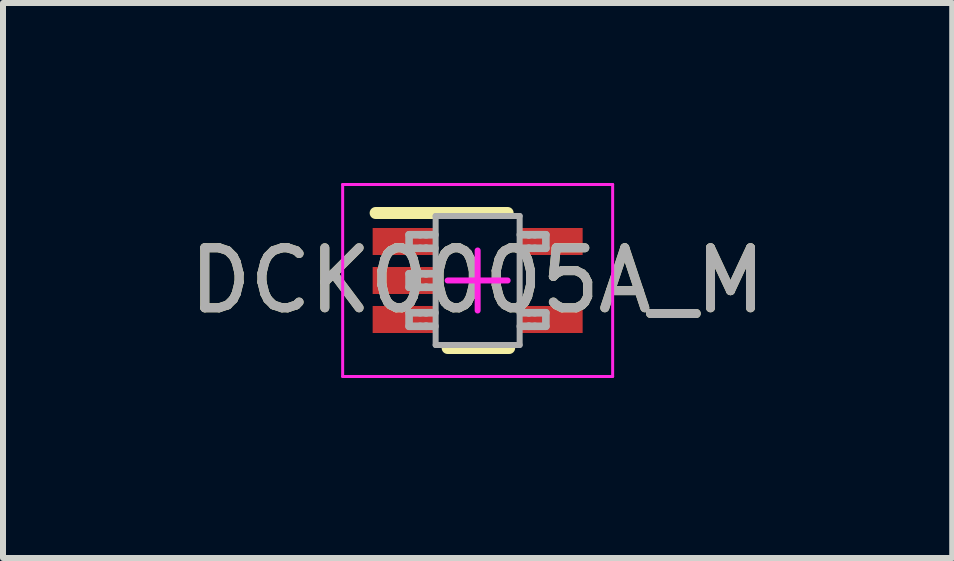
<source format=kicad_pcb>
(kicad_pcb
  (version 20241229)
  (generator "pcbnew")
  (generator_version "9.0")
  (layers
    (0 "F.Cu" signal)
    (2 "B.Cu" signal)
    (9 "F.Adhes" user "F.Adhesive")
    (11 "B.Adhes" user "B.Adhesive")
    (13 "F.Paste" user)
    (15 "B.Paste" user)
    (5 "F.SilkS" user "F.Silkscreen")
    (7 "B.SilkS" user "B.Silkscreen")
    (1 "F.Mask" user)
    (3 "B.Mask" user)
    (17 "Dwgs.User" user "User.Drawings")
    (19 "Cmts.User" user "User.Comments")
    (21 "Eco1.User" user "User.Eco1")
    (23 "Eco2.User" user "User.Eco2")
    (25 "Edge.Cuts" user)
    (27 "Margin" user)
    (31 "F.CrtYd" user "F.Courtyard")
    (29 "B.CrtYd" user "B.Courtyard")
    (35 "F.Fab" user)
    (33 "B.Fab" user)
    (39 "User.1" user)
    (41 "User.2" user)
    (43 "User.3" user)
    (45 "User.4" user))
  (footprint "DCK0005A_M"
    (layer "F.Cu")
    (at 4.911 1.625)
    (property "Reference" "DCK0005A_M" (at 0 0 0) (unlocked yes) (layer "F.SilkS") (effects (font (size 1 1) (thickness 0.15))))
    (attr smd)
    (fp_line (start -1.7 -1.125) (end 0.5 -1.125) (stroke (width 0.2) (type solid)) (layer "F.SilkS"))
    (fp_line (start -0.5 1.125) (end 0.525 1.125) (stroke (width 0.2) (type solid)) (layer "F.SilkS"))
    (fp_line (start -2.25 -1.6) (end 2.25 -1.6) (stroke (width 0.05) (type solid)) (layer "F.CrtYd"))
    (fp_line (start -2.25 1.6) (end -2.25 -1.6) (stroke (width 0.05) (type solid)) (layer "F.CrtYd"))
    (fp_line (start -2.25 1.6) (end 2.25 1.6) (stroke (width 0.05) (type solid)) (layer "F.CrtYd"))
    (fp_line (start -0.5 0) (end 0.5 0) (stroke (width 0.1) (type solid)) (layer "F.CrtYd"))
    (fp_line (start -0.000003 0.5) (end -0.000003 -0.5) (stroke (width 0.1) (type solid)) (layer "F.CrtYd"))
    (fp_line (start 2.25 1.6) (end 2.25 -1.6) (stroke (width 0.05) (type solid)) (layer "F.CrtYd"))
    (fp_line (start -1.143 -0.762) (end -0.959 -0.762) (stroke (width 0.127) (type solid)) (layer "F.Fab"))
    (fp_line (start -1.143 -0.537) (end -1.143 -0.762) (stroke (width 0.127) (type solid)) (layer "F.Fab"))
    (fp_line (start -1.143 -0.537) (end -0.959 -0.537) (stroke (width 0.127) (type solid)) (layer "F.Fab"))
    (fp_line (start -1.143 -0.112) (end -0.959 -0.112) (stroke (width 0.127) (type solid)) (layer "F.Fab"))
    (fp_line (start -1.143 0.113) (end -1.143 -0.112) (stroke (width 0.127) (type solid)) (layer "F.Fab"))
    (fp_line (start -1.143 0.113) (end -0.959 0.113) (stroke (width 0.127) (type solid)) (layer "F.Fab"))
    (fp_line (start -1.143 0.538) (end -0.959 0.538) (stroke (width 0.127) (type solid)) (layer "F.Fab"))
    (fp_line (start -1.143 0.763) (end -1.143 0.538) (stroke (width 0.127) (type solid)) (layer "F.Fab"))
    (fp_line (start -1.143 0.763) (end -0.959 0.763) (stroke (width 0.127) (type solid)) (layer "F.Fab"))
    (fp_line (start -0.959 -0.762) (end -0.711 -0.762) (stroke (width 0.127) (type solid)) (layer "F.Fab"))
    (fp_line (start -0.959 -0.537) (end -0.865 -0.537) (stroke (width 0.127) (type solid)) (layer "F.Fab"))
    (fp_line (start -0.959 -0.112) (end -0.865 -0.112) (stroke (width 0.127) (type solid)) (layer "F.Fab"))
    (fp_line (start -0.959 0.113) (end -0.865 0.113) (stroke (width 0.127) (type solid)) (layer "F.Fab"))
    (fp_line (start -0.959 0.538) (end -0.865 0.538) (stroke (width 0.127) (type solid)) (layer "F.Fab"))
    (fp_line (start -0.959 0.763) (end -0.865 0.763) (stroke (width 0.127) (type solid)) (layer "F.Fab"))
    (fp_line (start -0.865 -0.762) (end -0.853 -0.762) (stroke (width 0.127) (type solid)) (layer "F.Fab"))
    (fp_line (start -0.865 -0.537) (end -0.853 -0.537) (stroke (width 0.127) (type solid)) (layer "F.Fab"))
    (fp_line (start -0.865 -0.112) (end -0.853 -0.112) (stroke (width 0.127) (type solid)) (layer "F.Fab"))
    (fp_line (start -0.865 0.113) (end -0.853 0.113) (stroke (width 0.127) (type solid)) (layer "F.Fab"))
    (fp_line (start -0.865 0.538) (end -0.853 0.538) (stroke (width 0.127) (type solid)) (layer "F.Fab"))
    (fp_line (start -0.865 0.763) (end -0.853 0.763) (stroke (width 0.127) (type solid)) (layer "F.Fab"))
    (fp_line (start -0.853 -0.537) (end -0.711 -0.537) (stroke (width 0.127) (type solid)) (layer "F.Fab"))
    (fp_line (start -0.853 -0.112) (end -0.711 -0.112) (stroke (width 0.127) (type solid)) (layer "F.Fab"))
    (fp_line (start -0.853 0.113) (end -0.711 0.113) (stroke (width 0.127) (type solid)) (layer "F.Fab"))
    (fp_line (start -0.853 0.538) (end -0.711 0.538) (stroke (width 0.127) (type solid)) (layer "F.Fab"))
    (fp_line (start -0.853 0.763) (end -0.711 0.763) (stroke (width 0.127) (type solid)) (layer "F.Fab"))
    (fp_line (start -0.7 -1.075) (end 0.7 -1.075) (stroke (width 0.1) (type solid)) (layer "F.Fab"))
    (fp_line (start -0.7 1.075) (end -0.7 -1.075) (stroke (width 0.1) (type solid)) (layer "F.Fab"))
    (fp_line (start -0.7 1.075) (end 0.7 1.075) (stroke (width 0.1) (type solid)) (layer "F.Fab"))
    (fp_line (start 0.7 1.075) (end 0.7 -1.075) (stroke (width 0.1) (type solid)) (layer "F.Fab"))
    (fp_line (start 0.711 -0.762) (end 0.847 -0.762) (stroke (width 0.127) (type solid)) (layer "F.Fab"))
    (fp_line (start 0.711 -0.537) (end 0.847 -0.537) (stroke (width 0.127) (type solid)) (layer "F.Fab"))
    (fp_line (start 0.711 0.538) (end 0.847 0.538) (stroke (width 0.127) (type solid)) (layer "F.Fab"))
    (fp_line (start 0.711 0.763) (end 0.847 0.763) (stroke (width 0.127) (type solid)) (layer "F.Fab"))
    (fp_line (start 0.847 -0.762) (end 0.859 -0.762) (stroke (width 0.127) (type solid)) (layer "F.Fab"))
    (fp_line (start 0.847 -0.537) (end 0.859 -0.537) (stroke (width 0.127) (type solid)) (layer "F.Fab"))
    (fp_line (start 0.847 0.538) (end 0.859 0.538) (stroke (width 0.127) (type solid)) (layer "F.Fab"))
    (fp_line (start 0.847 0.763) (end 0.859 0.763) (stroke (width 0.127) (type solid)) (layer "F.Fab"))
    (fp_line (start 0.859 -0.762) (end 0.953 -0.762) (stroke (width 0.127) (type solid)) (layer "F.Fab"))
    (fp_line (start 0.859 -0.537) (end 0.953 -0.537) (stroke (width 0.127) (type solid)) (layer "F.Fab"))
    (fp_line (start 0.859 0.538) (end 0.953 0.538) (stroke (width 0.127) (type solid)) (layer "F.Fab"))
    (fp_line (start 0.859 0.763) (end 0.953 0.763) (stroke (width 0.127) (type solid)) (layer "F.Fab"))
    (fp_line (start 0.953 -0.762) (end 1.137 -0.762) (stroke (width 0.127) (type solid)) (layer "F.Fab"))
    (fp_line (start 0.953 -0.537) (end 1.137 -0.537) (stroke (width 0.127) (type solid)) (layer "F.Fab"))
    (fp_line (start 0.953 0.538) (end 1.137 0.538) (stroke (width 0.127) (type solid)) (layer "F.Fab"))
    (fp_line (start 0.953 0.763) (end 1.137 0.763) (stroke (width 0.127) (type solid)) (layer "F.Fab"))
    (fp_line (start 1.137 -0.537) (end 1.137 -0.762) (stroke (width 0.127) (type solid)) (layer "F.Fab"))
    (fp_line (start 1.137 0.763) (end 1.137 0.538) (stroke (width 0.127) (type solid)) (layer "F.Fab"))
    (fp_text user "${REFERENCE}" (at 0 0 0) (unlocked yes) (layer "F.Fab") (effects (font (size 1 1) (thickness 0.15))))
    (pad "1" smd rect (at -1.225 -0.65 90) (size 0.45 1.05) (layers "F.Cu" "F.Mask" "F.Paste"))
    (pad "2" smd rect (at -1.225 0 90) (size 0.45 1.05) (layers "F.Cu" "F.Mask" "F.Paste"))
    (pad "3" smd rect (at -1.225 0.65 90) (size 0.45 1.05) (layers "F.Cu" "F.Mask" "F.Paste"))
    (pad "4" smd rect (at 1.225 0.65 90) (size 0.45 1.05) (layers "F.Cu" "F.Mask" "F.Paste"))
    (pad "5" smd rect (at 1.225 -0.65 90) (size 0.45 1.05) (layers "F.Cu" "F.Mask" "F.Paste")))
  (gr_rect
    (start -3 -3)
    (end 12.821 6.25)
    (stroke (width 0.1) (type default))
    (fill no)
    (layer "Edge.Cuts")))
</source>
